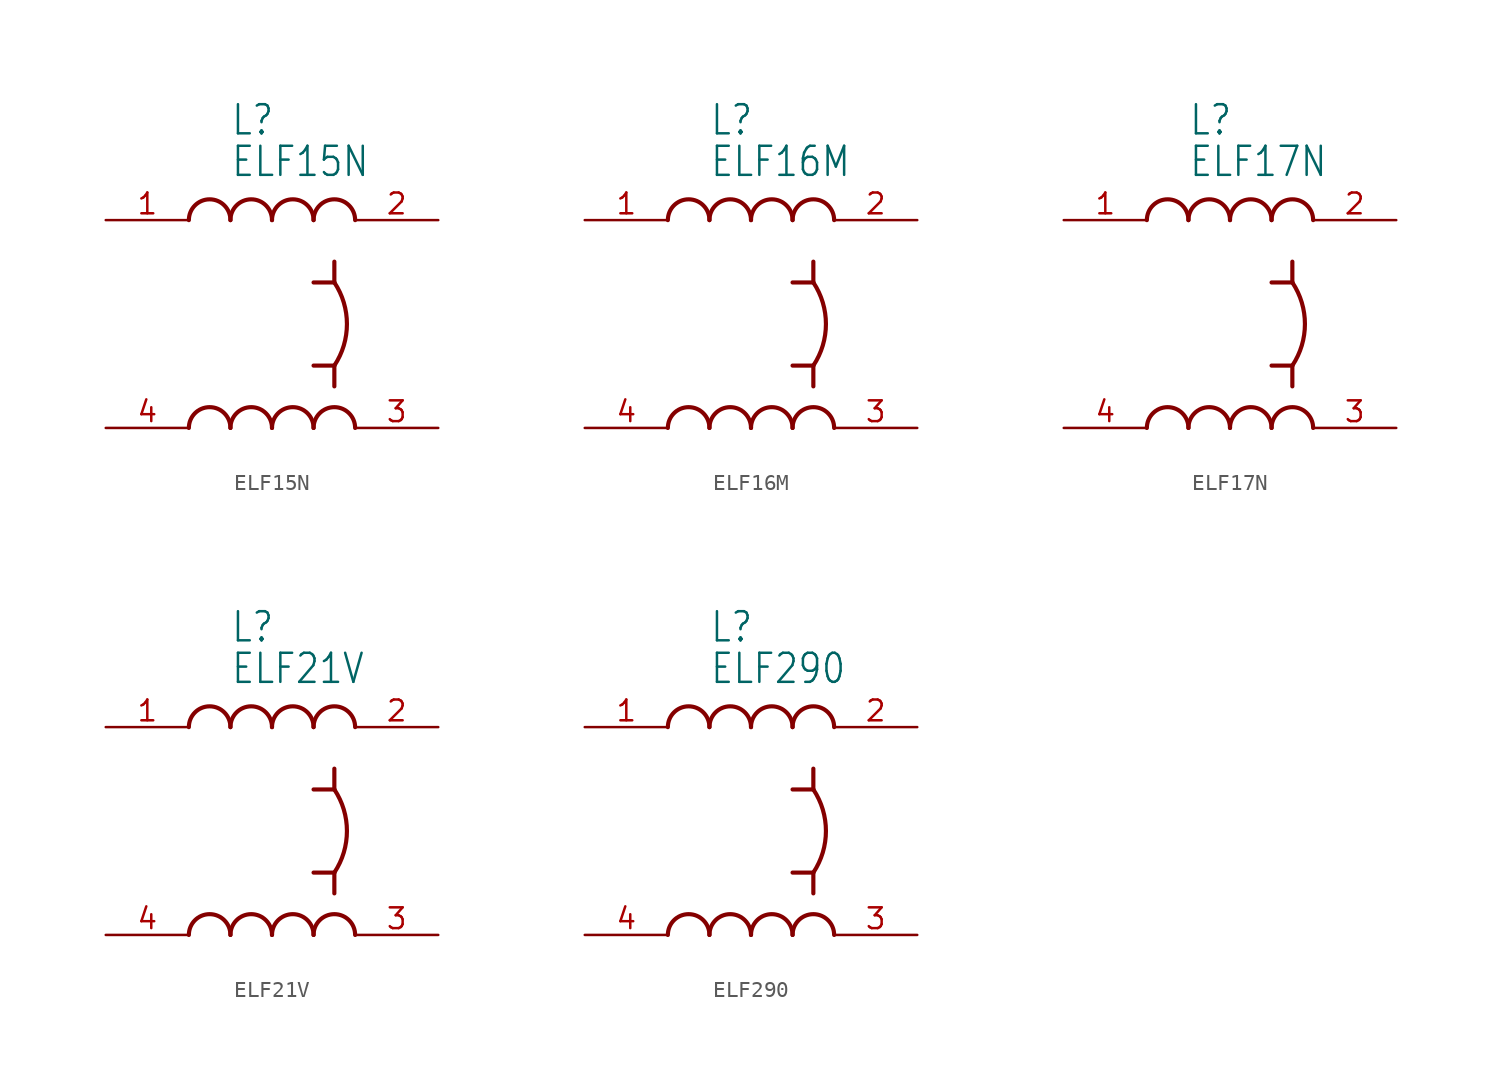
<source format=kicad_sym>
(kicad_symbol_lib
  (version 20211014)
  (generator kicad_symbol_editor)
  (symbol "ELF15N"
    (property "Reference" "L"
      (at -1.27 11.43 0)
      (effects (font (size 1.778 1.511)) (justify left bottom)))
    (property "Value" "ELF15N"
      (at -1.27 8.89 0)
      (effects (font (size 1.778 1.511)) (justify left bottom)))
    (property "ki_locked" ""
      (at 0 0 0)
      (effects (font (size 1.27 1.27))))
    (symbol "ELF15N_1_0"
      (arc (start -1.27 -6.35) (mid -2.54 -5.08) (end -3.81 -6.35) (stroke (width 0.254) (type default) (color 0 0 0 0)) (fill (type none)))
      (arc (start -1.27 6.35) (mid -2.54 7.62) (end -3.81 6.35) (stroke (width 0.254) (type default) (color 0 0 0 0)) (fill (type none)))
      (polyline (pts (xy 3.81 2.54) (xy 5.08 2.54)) (stroke (width 0.254) (type default) (color 0 0 0 0)) (fill (type none)))
      (polyline (pts (xy 5.08 -2.54) (xy 3.81 -2.54)) (stroke (width 0.254) (type default) (color 0 0 0 0)) (fill (type none)))
      (polyline (pts (xy 5.08 -2.54) (xy 5.08 -3.81)) (stroke (width 0.254) (type default) (color 0 0 0 0)) (fill (type none)))
      (polyline (pts (xy 5.08 2.54) (xy 5.08 3.81)) (stroke (width 0.254) (type default) (color 0 0 0 0)) (fill (type none)))
      (arc (start 1.27 -6.35) (mid 0 -5.08) (end -1.27 -6.35) (stroke (width 0.254) (type default) (color 0 0 0 0)) (fill (type none)))
      (arc (start 1.27 6.35) (mid 0 7.62) (end -1.27 6.35) (stroke (width 0.254) (type default) (color 0 0 0 0)) (fill (type none)))
      (arc (start 3.81 -6.35) (mid 2.54 -5.08) (end 1.27 -6.35) (stroke (width 0.254) (type default) (color 0 0 0 0)) (fill (type none)))
      (arc (start 3.81 6.35) (mid 2.54 7.62) (end 1.27 6.35) (stroke (width 0.254) (type default) (color 0 0 0 0)) (fill (type none)))
      (arc (start 5.08 -2.54) (mid 5.849 0) (end 5.08 2.54) (stroke (width 0.254) (type default) (color 0 0 0 0)) (fill (type none)))
      (arc (start 6.35 -6.35) (mid 5.08 -5.08) (end 3.81 -6.35) (stroke (width 0.254) (type default) (color 0 0 0 0)) (fill (type none)))
      (arc (start 6.35 6.35) (mid 5.08 7.62) (end 3.81 6.35) (stroke (width 0.254) (type default) (color 0 0 0 0)) (fill (type none)))
      (pin input line (at -8.89 6.35 0) (length 5.08) (name "IN1" (effects (font (size 0 0)))) (number "1" (effects (font (size 1.27 1.27)))))
      (pin output line (at 11.43 6.35 180) (length 5.08) (name "OUT1" (effects (font (size 0 0)))) (number "2" (effects (font (size 1.27 1.27)))))
      (pin output line (at 11.43 -6.35 180) (length 5.08) (name "OUT2" (effects (font (size 0 0)))) (number "3" (effects (font (size 1.27 1.27)))))
      (pin input line (at -8.89 -6.35 0) (length 5.08) (name "IN2" (effects (font (size 0 0)))) (number "4" (effects (font (size 1.27 1.27)))))))
  (symbol "ELF16M"
    (property "Reference" "L"
      (at -1.27 11.43 0)
      (effects (font (size 1.778 1.511)) (justify left bottom)))
    (property "Value" "ELF16M"
      (at -1.27 8.89 0)
      (effects (font (size 1.778 1.511)) (justify left bottom)))
    (property "ki_locked" ""
      (at 0 0 0)
      (effects (font (size 1.27 1.27))))
    (symbol "ELF16M_1_0"
      (arc (start -1.27 -6.35) (mid -2.54 -5.08) (end -3.81 -6.35) (stroke (width 0.254) (type default) (color 0 0 0 0)) (fill (type none)))
      (arc (start -1.27 6.35) (mid -2.54 7.62) (end -3.81 6.35) (stroke (width 0.254) (type default) (color 0 0 0 0)) (fill (type none)))
      (polyline (pts (xy 3.81 2.54) (xy 5.08 2.54)) (stroke (width 0.254) (type default) (color 0 0 0 0)) (fill (type none)))
      (polyline (pts (xy 5.08 -2.54) (xy 3.81 -2.54)) (stroke (width 0.254) (type default) (color 0 0 0 0)) (fill (type none)))
      (polyline (pts (xy 5.08 -2.54) (xy 5.08 -3.81)) (stroke (width 0.254) (type default) (color 0 0 0 0)) (fill (type none)))
      (polyline (pts (xy 5.08 2.54) (xy 5.08 3.81)) (stroke (width 0.254) (type default) (color 0 0 0 0)) (fill (type none)))
      (arc (start 1.27 -6.35) (mid 0 -5.08) (end -1.27 -6.35) (stroke (width 0.254) (type default) (color 0 0 0 0)) (fill (type none)))
      (arc (start 1.27 6.35) (mid 0 7.62) (end -1.27 6.35) (stroke (width 0.254) (type default) (color 0 0 0 0)) (fill (type none)))
      (arc (start 3.81 -6.35) (mid 2.54 -5.08) (end 1.27 -6.35) (stroke (width 0.254) (type default) (color 0 0 0 0)) (fill (type none)))
      (arc (start 3.81 6.35) (mid 2.54 7.62) (end 1.27 6.35) (stroke (width 0.254) (type default) (color 0 0 0 0)) (fill (type none)))
      (arc (start 5.08 -2.54) (mid 5.849 0) (end 5.08 2.54) (stroke (width 0.254) (type default) (color 0 0 0 0)) (fill (type none)))
      (arc (start 6.35 -6.35) (mid 5.08 -5.08) (end 3.81 -6.35) (stroke (width 0.254) (type default) (color 0 0 0 0)) (fill (type none)))
      (arc (start 6.35 6.35) (mid 5.08 7.62) (end 3.81 6.35) (stroke (width 0.254) (type default) (color 0 0 0 0)) (fill (type none)))
      (pin input line (at -8.89 6.35 0) (length 5.08) (name "IN1" (effects (font (size 0 0)))) (number "1" (effects (font (size 1.27 1.27)))))
      (pin output line (at 11.43 6.35 180) (length 5.08) (name "OUT1" (effects (font (size 0 0)))) (number "2" (effects (font (size 1.27 1.27)))))
      (pin output line (at 11.43 -6.35 180) (length 5.08) (name "OUT2" (effects (font (size 0 0)))) (number "3" (effects (font (size 1.27 1.27)))))
      (pin input line (at -8.89 -6.35 0) (length 5.08) (name "IN2" (effects (font (size 0 0)))) (number "4" (effects (font (size 1.27 1.27)))))))
  (symbol "ELF17N"
    (property "Reference" "L"
      (at -1.27 11.43 0)
      (effects (font (size 1.778 1.511)) (justify left bottom)))
    (property "Value" "ELF17N"
      (at -1.27 8.89 0)
      (effects (font (size 1.778 1.511)) (justify left bottom)))
    (property "ki_locked" ""
      (at 0 0 0)
      (effects (font (size 1.27 1.27))))
    (symbol "ELF17N_1_0"
      (arc (start -1.27 -6.35) (mid -2.54 -5.08) (end -3.81 -6.35) (stroke (width 0.254) (type default) (color 0 0 0 0)) (fill (type none)))
      (arc (start -1.27 6.35) (mid -2.54 7.62) (end -3.81 6.35) (stroke (width 0.254) (type default) (color 0 0 0 0)) (fill (type none)))
      (polyline (pts (xy 3.81 2.54) (xy 5.08 2.54)) (stroke (width 0.254) (type default) (color 0 0 0 0)) (fill (type none)))
      (polyline (pts (xy 5.08 -2.54) (xy 3.81 -2.54)) (stroke (width 0.254) (type default) (color 0 0 0 0)) (fill (type none)))
      (polyline (pts (xy 5.08 -2.54) (xy 5.08 -3.81)) (stroke (width 0.254) (type default) (color 0 0 0 0)) (fill (type none)))
      (polyline (pts (xy 5.08 2.54) (xy 5.08 3.81)) (stroke (width 0.254) (type default) (color 0 0 0 0)) (fill (type none)))
      (arc (start 1.27 -6.35) (mid 0 -5.08) (end -1.27 -6.35) (stroke (width 0.254) (type default) (color 0 0 0 0)) (fill (type none)))
      (arc (start 1.27 6.35) (mid 0 7.62) (end -1.27 6.35) (stroke (width 0.254) (type default) (color 0 0 0 0)) (fill (type none)))
      (arc (start 3.81 -6.35) (mid 2.54 -5.08) (end 1.27 -6.35) (stroke (width 0.254) (type default) (color 0 0 0 0)) (fill (type none)))
      (arc (start 3.81 6.35) (mid 2.54 7.62) (end 1.27 6.35) (stroke (width 0.254) (type default) (color 0 0 0 0)) (fill (type none)))
      (arc (start 5.08 -2.54) (mid 5.849 0) (end 5.08 2.54) (stroke (width 0.254) (type default) (color 0 0 0 0)) (fill (type none)))
      (arc (start 6.35 -6.35) (mid 5.08 -5.08) (end 3.81 -6.35) (stroke (width 0.254) (type default) (color 0 0 0 0)) (fill (type none)))
      (arc (start 6.35 6.35) (mid 5.08 7.62) (end 3.81 6.35) (stroke (width 0.254) (type default) (color 0 0 0 0)) (fill (type none)))
      (pin input line (at -8.89 6.35 0) (length 5.08) (name "IN1" (effects (font (size 0 0)))) (number "1" (effects (font (size 1.27 1.27)))))
      (pin output line (at 11.43 6.35 180) (length 5.08) (name "OUT1" (effects (font (size 0 0)))) (number "2" (effects (font (size 1.27 1.27)))))
      (pin output line (at 11.43 -6.35 180) (length 5.08) (name "OUT2" (effects (font (size 0 0)))) (number "3" (effects (font (size 1.27 1.27)))))
      (pin input line (at -8.89 -6.35 0) (length 5.08) (name "IN2" (effects (font (size 0 0)))) (number "4" (effects (font (size 1.27 1.27)))))))
  (symbol "ELF21V"
    (property "Reference" "L"
      (at -1.27 11.43 0)
      (effects (font (size 1.778 1.511)) (justify left bottom)))
    (property "Value" "ELF21V"
      (at -1.27 8.89 0)
      (effects (font (size 1.778 1.511)) (justify left bottom)))
    (property "ki_locked" ""
      (at 0 0 0)
      (effects (font (size 1.27 1.27))))
    (symbol "ELF21V_1_0"
      (arc (start -1.27 -6.35) (mid -2.54 -5.08) (end -3.81 -6.35) (stroke (width 0.254) (type default) (color 0 0 0 0)) (fill (type none)))
      (arc (start -1.27 6.35) (mid -2.54 7.62) (end -3.81 6.35) (stroke (width 0.254) (type default) (color 0 0 0 0)) (fill (type none)))
      (polyline (pts (xy 3.81 2.54) (xy 5.08 2.54)) (stroke (width 0.254) (type default) (color 0 0 0 0)) (fill (type none)))
      (polyline (pts (xy 5.08 -2.54) (xy 3.81 -2.54)) (stroke (width 0.254) (type default) (color 0 0 0 0)) (fill (type none)))
      (polyline (pts (xy 5.08 -2.54) (xy 5.08 -3.81)) (stroke (width 0.254) (type default) (color 0 0 0 0)) (fill (type none)))
      (polyline (pts (xy 5.08 2.54) (xy 5.08 3.81)) (stroke (width 0.254) (type default) (color 0 0 0 0)) (fill (type none)))
      (arc (start 1.27 -6.35) (mid 0 -5.08) (end -1.27 -6.35) (stroke (width 0.254) (type default) (color 0 0 0 0)) (fill (type none)))
      (arc (start 1.27 6.35) (mid 0 7.62) (end -1.27 6.35) (stroke (width 0.254) (type default) (color 0 0 0 0)) (fill (type none)))
      (arc (start 3.81 -6.35) (mid 2.54 -5.08) (end 1.27 -6.35) (stroke (width 0.254) (type default) (color 0 0 0 0)) (fill (type none)))
      (arc (start 3.81 6.35) (mid 2.54 7.62) (end 1.27 6.35) (stroke (width 0.254) (type default) (color 0 0 0 0)) (fill (type none)))
      (arc (start 5.08 -2.54) (mid 5.849 0) (end 5.08 2.54) (stroke (width 0.254) (type default) (color 0 0 0 0)) (fill (type none)))
      (arc (start 6.35 -6.35) (mid 5.08 -5.08) (end 3.81 -6.35) (stroke (width 0.254) (type default) (color 0 0 0 0)) (fill (type none)))
      (arc (start 6.35 6.35) (mid 5.08 7.62) (end 3.81 6.35) (stroke (width 0.254) (type default) (color 0 0 0 0)) (fill (type none)))
      (pin input line (at -8.89 6.35 0) (length 5.08) (name "IN1" (effects (font (size 0 0)))) (number "1" (effects (font (size 1.27 1.27)))))
      (pin output line (at 11.43 6.35 180) (length 5.08) (name "OUT1" (effects (font (size 0 0)))) (number "2" (effects (font (size 1.27 1.27)))))
      (pin output line (at 11.43 -6.35 180) (length 5.08) (name "OUT2" (effects (font (size 0 0)))) (number "3" (effects (font (size 1.27 1.27)))))
      (pin input line (at -8.89 -6.35 0) (length 5.08) (name "IN2" (effects (font (size 0 0)))) (number "4" (effects (font (size 1.27 1.27)))))))
  (symbol "ELF290"
    (property "Reference" "L"
      (at -1.27 11.43 0)
      (effects (font (size 1.778 1.511)) (justify left bottom)))
    (property "Value" "ELF290"
      (at -1.27 8.89 0)
      (effects (font (size 1.778 1.511)) (justify left bottom)))
    (property "ki_locked" ""
      (at 0 0 0)
      (effects (font (size 1.27 1.27))))
    (symbol "ELF290_1_0"
      (arc (start -1.27 -6.35) (mid -2.54 -5.08) (end -3.81 -6.35) (stroke (width 0.254) (type default) (color 0 0 0 0)) (fill (type none)))
      (arc (start -1.27 6.35) (mid -2.54 7.62) (end -3.81 6.35) (stroke (width 0.254) (type default) (color 0 0 0 0)) (fill (type none)))
      (polyline (pts (xy 3.81 2.54) (xy 5.08 2.54)) (stroke (width 0.254) (type default) (color 0 0 0 0)) (fill (type none)))
      (polyline (pts (xy 5.08 -2.54) (xy 3.81 -2.54)) (stroke (width 0.254) (type default) (color 0 0 0 0)) (fill (type none)))
      (polyline (pts (xy 5.08 -2.54) (xy 5.08 -3.81)) (stroke (width 0.254) (type default) (color 0 0 0 0)) (fill (type none)))
      (polyline (pts (xy 5.08 2.54) (xy 5.08 3.81)) (stroke (width 0.254) (type default) (color 0 0 0 0)) (fill (type none)))
      (arc (start 1.27 -6.35) (mid 0 -5.08) (end -1.27 -6.35) (stroke (width 0.254) (type default) (color 0 0 0 0)) (fill (type none)))
      (arc (start 1.27 6.35) (mid 0 7.62) (end -1.27 6.35) (stroke (width 0.254) (type default) (color 0 0 0 0)) (fill (type none)))
      (arc (start 3.81 -6.35) (mid 2.54 -5.08) (end 1.27 -6.35) (stroke (width 0.254) (type default) (color 0 0 0 0)) (fill (type none)))
      (arc (start 3.81 6.35) (mid 2.54 7.62) (end 1.27 6.35) (stroke (width 0.254) (type default) (color 0 0 0 0)) (fill (type none)))
      (arc (start 5.08 -2.54) (mid 5.849 0) (end 5.08 2.54) (stroke (width 0.254) (type default) (color 0 0 0 0)) (fill (type none)))
      (arc (start 6.35 -6.35) (mid 5.08 -5.08) (end 3.81 -6.35) (stroke (width 0.254) (type default) (color 0 0 0 0)) (fill (type none)))
      (arc (start 6.35 6.35) (mid 5.08 7.62) (end 3.81 6.35) (stroke (width 0.254) (type default) (color 0 0 0 0)) (fill (type none)))
      (pin input line (at -8.89 6.35 0) (length 5.08) (name "IN1" (effects (font (size 0 0)))) (number "1" (effects (font (size 1.27 1.27)))))
      (pin output line (at 11.43 6.35 180) (length 5.08) (name "OUT1" (effects (font (size 0 0)))) (number "2" (effects (font (size 1.27 1.27)))))
      (pin output line (at 11.43 -6.35 180) (length 5.08) (name "OUT2" (effects (font (size 0 0)))) (number "3" (effects (font (size 1.27 1.27)))))
      (pin input line (at -8.89 -6.35 0) (length 5.08) (name "IN2" (effects (font (size 0 0)))) (number "4" (effects (font (size 1.27 1.27))))))))
</source>
